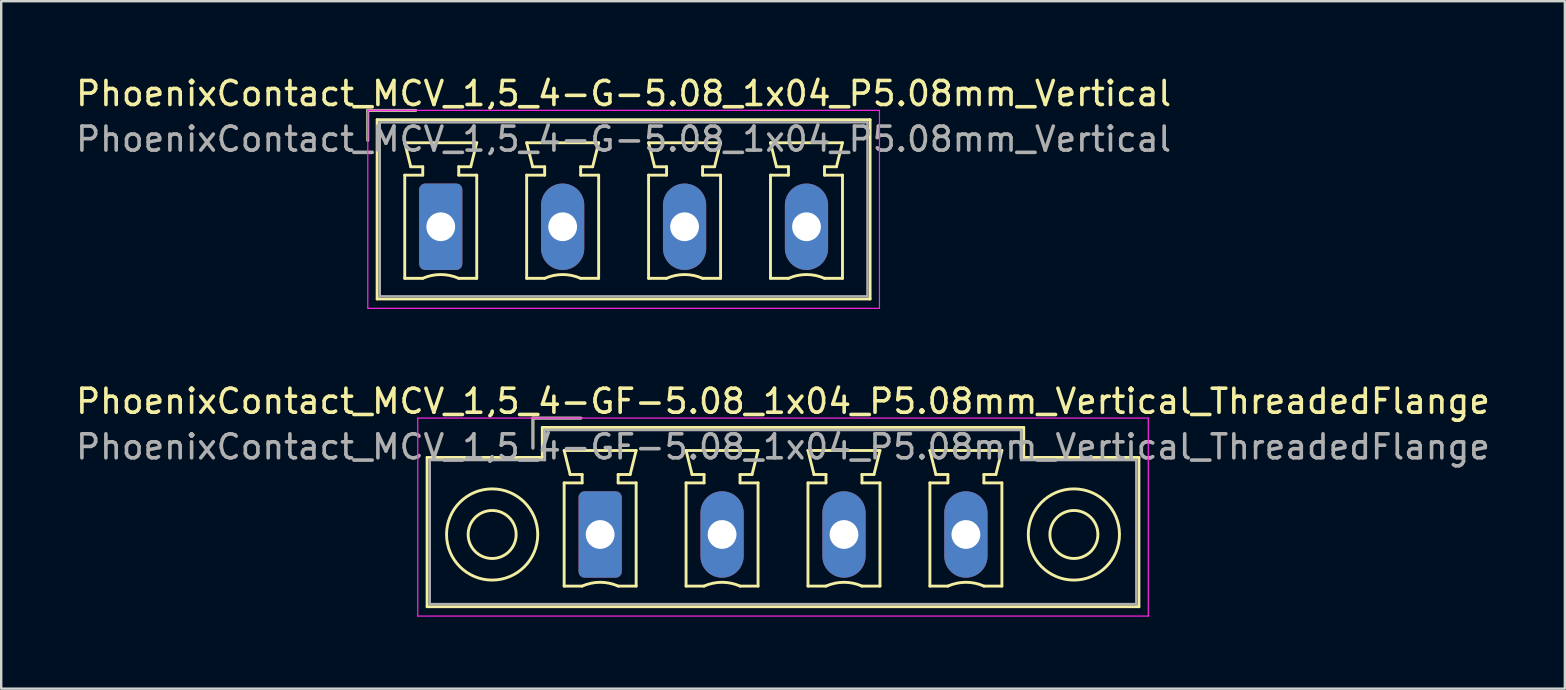
<source format=kicad_pcb>
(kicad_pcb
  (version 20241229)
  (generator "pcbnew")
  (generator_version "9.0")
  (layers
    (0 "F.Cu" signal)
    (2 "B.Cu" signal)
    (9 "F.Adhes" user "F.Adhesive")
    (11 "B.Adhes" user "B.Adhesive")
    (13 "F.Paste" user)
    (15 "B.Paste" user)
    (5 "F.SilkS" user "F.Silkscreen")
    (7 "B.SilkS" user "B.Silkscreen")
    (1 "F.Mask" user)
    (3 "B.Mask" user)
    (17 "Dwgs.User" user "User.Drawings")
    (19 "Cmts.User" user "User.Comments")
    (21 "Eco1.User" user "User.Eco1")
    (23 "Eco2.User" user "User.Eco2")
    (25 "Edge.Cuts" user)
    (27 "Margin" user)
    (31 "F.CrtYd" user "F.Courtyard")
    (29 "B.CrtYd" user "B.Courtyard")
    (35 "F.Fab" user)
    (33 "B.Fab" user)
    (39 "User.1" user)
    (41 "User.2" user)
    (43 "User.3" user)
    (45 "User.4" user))
  (footprint "PhoenixContact_MCV_1,5_4-G-5.08_1x04_P5.08mm_Vertical"
    (layer "F.Cu")
    (at 15.315 6.398)
    (property "Reference" "PhoenixContact_MCV_1,5_4-G-5.08_1x04_P5.08mm_Vertical" (at 7.62 -5.55 0) (layer "F.SilkS") (effects (font (size 1 1) (thickness 0.15))))
    (attr through_hole)
    (fp_line (start -3.04 -4.85) (end -1.04 -4.85) (stroke (width 0.12) (type solid)) (layer "F.SilkS"))
    (fp_line (start -3.04 -3.6) (end -3.04 -4.85) (stroke (width 0.12) (type solid)) (layer "F.SilkS"))
    (fp_line (start -2.65 -4.46) (end -2.65 3.01) (stroke (width 0.12) (type solid)) (layer "F.SilkS"))
    (fp_line (start -2.65 3.01) (end 17.89 3.01) (stroke (width 0.12) (type solid)) (layer "F.SilkS"))
    (fp_line (start -1.5 -3.5) (end 1.5 -3.5) (stroke (width 0.12) (type solid)) (layer "F.SilkS"))
    (fp_line (start -1.5 -2.15) (end -0.75 -2.15) (stroke (width 0.12) (type solid)) (layer "F.SilkS"))
    (fp_line (start -1.5 2.15) (end -1.5 -2.15) (stroke (width 0.12) (type solid)) (layer "F.SilkS"))
    (fp_line (start -1.25 -2.5) (end -1.5 -3.5) (stroke (width 0.12) (type solid)) (layer "F.SilkS"))
    (fp_line (start -0.75 -2.5) (end -1.25 -2.5) (stroke (width 0.12) (type solid)) (layer "F.SilkS"))
    (fp_line (start -0.75 -2.15) (end -0.75 -2.5) (stroke (width 0.12) (type solid)) (layer "F.SilkS"))
    (fp_line (start -0.75 2.15) (end -1.5 2.15) (stroke (width 0.12) (type solid)) (layer "F.SilkS"))
    (fp_line (start 0.75 -2.5) (end 0.75 -2.15) (stroke (width 0.12) (type solid)) (layer "F.SilkS"))
    (fp_line (start 0.75 -2.15) (end 1.5 -2.15) (stroke (width 0.12) (type solid)) (layer "F.SilkS"))
    (fp_line (start 1.25 -2.5) (end 0.75 -2.5) (stroke (width 0.12) (type solid)) (layer "F.SilkS"))
    (fp_line (start 1.5 -3.5) (end 1.25 -2.5) (stroke (width 0.12) (type solid)) (layer "F.SilkS"))
    (fp_line (start 1.5 -2.15) (end 1.5 2.15) (stroke (width 0.12) (type solid)) (layer "F.SilkS"))
    (fp_line (start 1.5 2.15) (end 0.75 2.15) (stroke (width 0.12) (type solid)) (layer "F.SilkS"))
    (fp_line (start 3.58 -3.5) (end 6.58 -3.5) (stroke (width 0.12) (type solid)) (layer "F.SilkS"))
    (fp_line (start 3.58 -2.15) (end 4.33 -2.15) (stroke (width 0.12) (type solid)) (layer "F.SilkS"))
    (fp_line (start 3.58 2.15) (end 3.58 -2.15) (stroke (width 0.12) (type solid)) (layer "F.SilkS"))
    (fp_line (start 3.83 -2.5) (end 3.58 -3.5) (stroke (width 0.12) (type solid)) (layer "F.SilkS"))
    (fp_line (start 4.33 -2.5) (end 3.83 -2.5) (stroke (width 0.12) (type solid)) (layer "F.SilkS"))
    (fp_line (start 4.33 -2.15) (end 4.33 -2.5) (stroke (width 0.12) (type solid)) (layer "F.SilkS"))
    (fp_line (start 4.33 2.15) (end 3.58 2.15) (stroke (width 0.12) (type solid)) (layer "F.SilkS"))
    (fp_line (start 5.83 -2.5) (end 5.83 -2.15) (stroke (width 0.12) (type solid)) (layer "F.SilkS"))
    (fp_line (start 5.83 -2.15) (end 6.58 -2.15) (stroke (width 0.12) (type solid)) (layer "F.SilkS"))
    (fp_line (start 6.33 -2.5) (end 5.83 -2.5) (stroke (width 0.12) (type solid)) (layer "F.SilkS"))
    (fp_line (start 6.58 -3.5) (end 6.33 -2.5) (stroke (width 0.12) (type solid)) (layer "F.SilkS"))
    (fp_line (start 6.58 -2.15) (end 6.58 2.15) (stroke (width 0.12) (type solid)) (layer "F.SilkS"))
    (fp_line (start 6.58 2.15) (end 5.83 2.15) (stroke (width 0.12) (type solid)) (layer "F.SilkS"))
    (fp_line (start 8.66 -3.5) (end 11.66 -3.5) (stroke (width 0.12) (type solid)) (layer "F.SilkS"))
    (fp_line (start 8.66 -2.15) (end 9.41 -2.15) (stroke (width 0.12) (type solid)) (layer "F.SilkS"))
    (fp_line (start 8.66 2.15) (end 8.66 -2.15) (stroke (width 0.12) (type solid)) (layer "F.SilkS"))
    (fp_line (start 8.91 -2.5) (end 8.66 -3.5) (stroke (width 0.12) (type solid)) (layer "F.SilkS"))
    (fp_line (start 9.41 -2.5) (end 8.91 -2.5) (stroke (width 0.12) (type solid)) (layer "F.SilkS"))
    (fp_line (start 9.41 -2.15) (end 9.41 -2.5) (stroke (width 0.12) (type solid)) (layer "F.SilkS"))
    (fp_line (start 9.41 2.15) (end 8.66 2.15) (stroke (width 0.12) (type solid)) (layer "F.SilkS"))
    (fp_line (start 10.91 -2.5) (end 10.91 -2.15) (stroke (width 0.12) (type solid)) (layer "F.SilkS"))
    (fp_line (start 10.91 -2.15) (end 11.66 -2.15) (stroke (width 0.12) (type solid)) (layer "F.SilkS"))
    (fp_line (start 11.41 -2.5) (end 10.91 -2.5) (stroke (width 0.12) (type solid)) (layer "F.SilkS"))
    (fp_line (start 11.66 -3.5) (end 11.41 -2.5) (stroke (width 0.12) (type solid)) (layer "F.SilkS"))
    (fp_line (start 11.66 -2.15) (end 11.66 2.15) (stroke (width 0.12) (type solid)) (layer "F.SilkS"))
    (fp_line (start 11.66 2.15) (end 10.91 2.15) (stroke (width 0.12) (type solid)) (layer "F.SilkS"))
    (fp_line (start 13.74 -3.5) (end 16.74 -3.5) (stroke (width 0.12) (type solid)) (layer "F.SilkS"))
    (fp_line (start 13.74 -2.15) (end 14.49 -2.15) (stroke (width 0.12) (type solid)) (layer "F.SilkS"))
    (fp_line (start 13.74 2.15) (end 13.74 -2.15) (stroke (width 0.12) (type solid)) (layer "F.SilkS"))
    (fp_line (start 13.99 -2.5) (end 13.74 -3.5) (stroke (width 0.12) (type solid)) (layer "F.SilkS"))
    (fp_line (start 14.49 -2.5) (end 13.99 -2.5) (stroke (width 0.12) (type solid)) (layer "F.SilkS"))
    (fp_line (start 14.49 -2.15) (end 14.49 -2.5) (stroke (width 0.12) (type solid)) (layer "F.SilkS"))
    (fp_line (start 14.49 2.15) (end 13.74 2.15) (stroke (width 0.12) (type solid)) (layer "F.SilkS"))
    (fp_line (start 15.99 -2.5) (end 15.99 -2.15) (stroke (width 0.12) (type solid)) (layer "F.SilkS"))
    (fp_line (start 15.99 -2.15) (end 16.74 -2.15) (stroke (width 0.12) (type solid)) (layer "F.SilkS"))
    (fp_line (start 16.49 -2.5) (end 15.99 -2.5) (stroke (width 0.12) (type solid)) (layer "F.SilkS"))
    (fp_line (start 16.74 -3.5) (end 16.49 -2.5) (stroke (width 0.12) (type solid)) (layer "F.SilkS"))
    (fp_line (start 16.74 -2.15) (end 16.74 2.15) (stroke (width 0.12) (type solid)) (layer "F.SilkS"))
    (fp_line (start 16.74 2.15) (end 15.99 2.15) (stroke (width 0.12) (type solid)) (layer "F.SilkS"))
    (fp_line (start 17.89 -4.46) (end -2.65 -4.46) (stroke (width 0.12) (type solid)) (layer "F.SilkS"))
    (fp_line (start 17.89 3.01) (end 17.89 -4.46) (stroke (width 0.12) (type solid)) (layer "F.SilkS"))
    (fp_arc (start -0.75 2.15) (mid -0.000193 1.99191) (end 0.749647 2.149844) (stroke (width 0.12) (type solid)) (layer "F.SilkS"))
    (fp_arc (start 4.33 2.15) (mid 5.079807 1.99191) (end 5.829647 2.149844) (stroke (width 0.12) (type solid)) (layer "F.SilkS"))
    (fp_arc (start 9.41 2.15) (mid 10.159807 1.99191) (end 10.909647 2.149844) (stroke (width 0.12) (type solid)) (layer "F.SilkS"))
    (fp_arc (start 14.49 2.15) (mid 15.239807 1.99191) (end 15.989647 2.149844) (stroke (width 0.12) (type solid)) (layer "F.SilkS"))
    (fp_line (start -3.04 -4.85) (end -3.04 3.4) (stroke (width 0.05) (type solid)) (layer "F.CrtYd"))
    (fp_line (start -3.04 3.4) (end 18.28 3.4) (stroke (width 0.05) (type solid)) (layer "F.CrtYd"))
    (fp_line (start 18.28 -4.85) (end -3.04 -4.85) (stroke (width 0.05) (type solid)) (layer "F.CrtYd"))
    (fp_line (start 18.28 3.4) (end 18.28 -4.85) (stroke (width 0.05) (type solid)) (layer "F.CrtYd"))
    (fp_line (start -3.04 -4.85) (end -1.04 -4.85) (stroke (width 0.1) (type solid)) (layer "F.Fab"))
    (fp_line (start -3.04 -3.6) (end -3.04 -4.85) (stroke (width 0.1) (type solid)) (layer "F.Fab"))
    (fp_line (start -2.54 -4.35) (end -2.54 2.9) (stroke (width 0.1) (type solid)) (layer "F.Fab"))
    (fp_line (start -2.54 2.9) (end 17.78 2.9) (stroke (width 0.1) (type solid)) (layer "F.Fab"))
    (fp_line (start 17.78 -4.35) (end -2.54 -4.35) (stroke (width 0.1) (type solid)) (layer "F.Fab"))
    (fp_line (start 17.78 2.9) (end 17.78 -4.35) (stroke (width 0.1) (type solid)) (layer "F.Fab"))
    (fp_text user "${REFERENCE}" (at 7.62 -3.65 0) (layer "F.Fab") (effects (font (size 1 1) (thickness 0.15))))
    (pad "1" thru_hole roundrect (at 0 0) (size 1.8 3.6) (drill 1.2) (layers "*.Cu" "*.Mask") (roundrect_rratio 0.139))
    (pad "2" thru_hole oval (at 5.08 0) (size 1.8 3.6) (drill 1.2) (layers "*.Cu" "*.Mask"))
    (pad "3" thru_hole oval (at 10.16 0) (size 1.8 3.6) (drill 1.2) (layers "*.Cu" "*.Mask"))
    (pad "4" thru_hole oval (at 15.24 0) (size 1.8 3.6) (drill 1.2) (layers "*.Cu" "*.Mask")))
  (footprint "PhoenixContact_MCV_1,5_4-GF-5.08_1x04_P5.08mm_Vertical_ThreadedFlange"
    (layer "F.Cu")
    (at 21.957 19.221)
    (property "Reference" "PhoenixContact_MCV_1,5_4-GF-5.08_1x04_P5.08mm_Vertical_ThreadedFlange" (at 7.62 -5.55 0) (layer "F.SilkS") (effects (font (size 1 1) (thickness 0.15))))
    (attr through_hole)
    (fp_line (start -7.21 -3.21) (end -7.21 3.01) (stroke (width 0.12) (type solid)) (layer "F.SilkS"))
    (fp_line (start -7.21 3.01) (end 22.45 3.01) (stroke (width 0.12) (type solid)) (layer "F.SilkS"))
    (fp_line (start -2.8 -4.85) (end -0.8 -4.85) (stroke (width 0.12) (type solid)) (layer "F.SilkS"))
    (fp_line (start -2.8 -3.6) (end -2.8 -4.85) (stroke (width 0.12) (type solid)) (layer "F.SilkS"))
    (fp_line (start -2.41 -4.46) (end -2.41 -3.21) (stroke (width 0.12) (type solid)) (layer "F.SilkS"))
    (fp_line (start -2.41 -3.21) (end -7.21 -3.21) (stroke (width 0.12) (type solid)) (layer "F.SilkS"))
    (fp_line (start -1.5 -3.5) (end 1.5 -3.5) (stroke (width 0.12) (type solid)) (layer "F.SilkS"))
    (fp_line (start -1.5 -2.15) (end -0.75 -2.15) (stroke (width 0.12) (type solid)) (layer "F.SilkS"))
    (fp_line (start -1.5 2.15) (end -1.5 -2.15) (stroke (width 0.12) (type solid)) (layer "F.SilkS"))
    (fp_line (start -1.25 -2.5) (end -1.5 -3.5) (stroke (width 0.12) (type solid)) (layer "F.SilkS"))
    (fp_line (start -0.75 -2.5) (end -1.25 -2.5) (stroke (width 0.12) (type solid)) (layer "F.SilkS"))
    (fp_line (start -0.75 -2.15) (end -0.75 -2.5) (stroke (width 0.12) (type solid)) (layer "F.SilkS"))
    (fp_line (start -0.75 2.15) (end -1.5 2.15) (stroke (width 0.12) (type solid)) (layer "F.SilkS"))
    (fp_line (start 0.75 -2.5) (end 0.75 -2.15) (stroke (width 0.12) (type solid)) (layer "F.SilkS"))
    (fp_line (start 0.75 -2.15) (end 1.5 -2.15) (stroke (width 0.12) (type solid)) (layer "F.SilkS"))
    (fp_line (start 1.25 -2.5) (end 0.75 -2.5) (stroke (width 0.12) (type solid)) (layer "F.SilkS"))
    (fp_line (start 1.5 -3.5) (end 1.25 -2.5) (stroke (width 0.12) (type solid)) (layer "F.SilkS"))
    (fp_line (start 1.5 -2.15) (end 1.5 2.15) (stroke (width 0.12) (type solid)) (layer "F.SilkS"))
    (fp_line (start 1.5 2.15) (end 0.75 2.15) (stroke (width 0.12) (type solid)) (layer "F.SilkS"))
    (fp_line (start 3.58 -3.5) (end 6.58 -3.5) (stroke (width 0.12) (type solid)) (layer "F.SilkS"))
    (fp_line (start 3.58 -2.15) (end 4.33 -2.15) (stroke (width 0.12) (type solid)) (layer "F.SilkS"))
    (fp_line (start 3.58 2.15) (end 3.58 -2.15) (stroke (width 0.12) (type solid)) (layer "F.SilkS"))
    (fp_line (start 3.83 -2.5) (end 3.58 -3.5) (stroke (width 0.12) (type solid)) (layer "F.SilkS"))
    (fp_line (start 4.33 -2.5) (end 3.83 -2.5) (stroke (width 0.12) (type solid)) (layer "F.SilkS"))
    (fp_line (start 4.33 -2.15) (end 4.33 -2.5) (stroke (width 0.12) (type solid)) (layer "F.SilkS"))
    (fp_line (start 4.33 2.15) (end 3.58 2.15) (stroke (width 0.12) (type solid)) (layer "F.SilkS"))
    (fp_line (start 5.83 -2.5) (end 5.83 -2.15) (stroke (width 0.12) (type solid)) (layer "F.SilkS"))
    (fp_line (start 5.83 -2.15) (end 6.58 -2.15) (stroke (width 0.12) (type solid)) (layer "F.SilkS"))
    (fp_line (start 6.33 -2.5) (end 5.83 -2.5) (stroke (width 0.12) (type solid)) (layer "F.SilkS"))
    (fp_line (start 6.58 -3.5) (end 6.33 -2.5) (stroke (width 0.12) (type solid)) (layer "F.SilkS"))
    (fp_line (start 6.58 -2.15) (end 6.58 2.15) (stroke (width 0.12) (type solid)) (layer "F.SilkS"))
    (fp_line (start 6.58 2.15) (end 5.83 2.15) (stroke (width 0.12) (type solid)) (layer "F.SilkS"))
    (fp_line (start 8.66 -3.5) (end 11.66 -3.5) (stroke (width 0.12) (type solid)) (layer "F.SilkS"))
    (fp_line (start 8.66 -2.15) (end 9.41 -2.15) (stroke (width 0.12) (type solid)) (layer "F.SilkS"))
    (fp_line (start 8.66 2.15) (end 8.66 -2.15) (stroke (width 0.12) (type solid)) (layer "F.SilkS"))
    (fp_line (start 8.91 -2.5) (end 8.66 -3.5) (stroke (width 0.12) (type solid)) (layer "F.SilkS"))
    (fp_line (start 9.41 -2.5) (end 8.91 -2.5) (stroke (width 0.12) (type solid)) (layer "F.SilkS"))
    (fp_line (start 9.41 -2.15) (end 9.41 -2.5) (stroke (width 0.12) (type solid)) (layer "F.SilkS"))
    (fp_line (start 9.41 2.15) (end 8.66 2.15) (stroke (width 0.12) (type solid)) (layer "F.SilkS"))
    (fp_line (start 10.91 -2.5) (end 10.91 -2.15) (stroke (width 0.12) (type solid)) (layer "F.SilkS"))
    (fp_line (start 10.91 -2.15) (end 11.66 -2.15) (stroke (width 0.12) (type solid)) (layer "F.SilkS"))
    (fp_line (start 11.41 -2.5) (end 10.91 -2.5) (stroke (width 0.12) (type solid)) (layer "F.SilkS"))
    (fp_line (start 11.66 -3.5) (end 11.41 -2.5) (stroke (width 0.12) (type solid)) (layer "F.SilkS"))
    (fp_line (start 11.66 -2.15) (end 11.66 2.15) (stroke (width 0.12) (type solid)) (layer "F.SilkS"))
    (fp_line (start 11.66 2.15) (end 10.91 2.15) (stroke (width 0.12) (type solid)) (layer "F.SilkS"))
    (fp_line (start 13.74 -3.5) (end 16.74 -3.5) (stroke (width 0.12) (type solid)) (layer "F.SilkS"))
    (fp_line (start 13.74 -2.15) (end 14.49 -2.15) (stroke (width 0.12) (type solid)) (layer "F.SilkS"))
    (fp_line (start 13.74 2.15) (end 13.74 -2.15) (stroke (width 0.12) (type solid)) (layer "F.SilkS"))
    (fp_line (start 13.99 -2.5) (end 13.74 -3.5) (stroke (width 0.12) (type solid)) (layer "F.SilkS"))
    (fp_line (start 14.49 -2.5) (end 13.99 -2.5) (stroke (width 0.12) (type solid)) (layer "F.SilkS"))
    (fp_line (start 14.49 -2.15) (end 14.49 -2.5) (stroke (width 0.12) (type solid)) (layer "F.SilkS"))
    (fp_line (start 14.49 2.15) (end 13.74 2.15) (stroke (width 0.12) (type solid)) (layer "F.SilkS"))
    (fp_line (start 15.99 -2.5) (end 15.99 -2.15) (stroke (width 0.12) (type solid)) (layer "F.SilkS"))
    (fp_line (start 15.99 -2.15) (end 16.74 -2.15) (stroke (width 0.12) (type solid)) (layer "F.SilkS"))
    (fp_line (start 16.49 -2.5) (end 15.99 -2.5) (stroke (width 0.12) (type solid)) (layer "F.SilkS"))
    (fp_line (start 16.74 -3.5) (end 16.49 -2.5) (stroke (width 0.12) (type solid)) (layer "F.SilkS"))
    (fp_line (start 16.74 -2.15) (end 16.74 2.15) (stroke (width 0.12) (type solid)) (layer "F.SilkS"))
    (fp_line (start 16.74 2.15) (end 15.99 2.15) (stroke (width 0.12) (type solid)) (layer "F.SilkS"))
    (fp_line (start 17.65 -4.46) (end -2.41 -4.46) (stroke (width 0.12) (type solid)) (layer "F.SilkS"))
    (fp_line (start 17.65 -3.21) (end 17.65 -4.46) (stroke (width 0.12) (type solid)) (layer "F.SilkS"))
    (fp_line (start 22.45 -3.21) (end 17.65 -3.21) (stroke (width 0.12) (type solid)) (layer "F.SilkS"))
    (fp_line (start 22.45 3.01) (end 22.45 -3.21) (stroke (width 0.12) (type solid)) (layer "F.SilkS"))
    (fp_arc (start -0.75 2.15) (mid -0.000193 1.99191) (end 0.749647 2.149844) (stroke (width 0.12) (type solid)) (layer "F.SilkS"))
    (fp_arc (start 4.33 2.15) (mid 5.079807 1.99191) (end 5.829647 2.149844) (stroke (width 0.12) (type solid)) (layer "F.SilkS"))
    (fp_arc (start 9.41 2.15) (mid 10.159807 1.99191) (end 10.909647 2.149844) (stroke (width 0.12) (type solid)) (layer "F.SilkS"))
    (fp_arc (start 14.49 2.15) (mid 15.239807 1.99191) (end 15.989647 2.149844) (stroke (width 0.12) (type solid)) (layer "F.SilkS"))
    (fp_circle (center -4.5 0) (end -3.5 0) (stroke (width 0.12) (type solid)) (fill no) (layer "F.SilkS"))
    (fp_circle (center -4.5 0) (end -2.6 0) (stroke (width 0.12) (type solid)) (fill no) (layer "F.SilkS"))
    (fp_circle (center 19.74 0) (end 20.74 0) (stroke (width 0.12) (type solid)) (fill no) (layer "F.SilkS"))
    (fp_circle (center 19.74 0) (end 21.64 0) (stroke (width 0.12) (type solid)) (fill no) (layer "F.SilkS"))
    (fp_line (start -7.6 -4.85) (end -7.6 3.4) (stroke (width 0.05) (type solid)) (layer "F.CrtYd"))
    (fp_line (start -7.6 3.4) (end 22.84 3.4) (stroke (width 0.05) (type solid)) (layer "F.CrtYd"))
    (fp_line (start 22.84 -4.85) (end -7.6 -4.85) (stroke (width 0.05) (type solid)) (layer "F.CrtYd"))
    (fp_line (start 22.84 3.4) (end 22.84 -4.85) (stroke (width 0.05) (type solid)) (layer "F.CrtYd"))
    (fp_line (start -7.1 -3.1) (end -7.1 2.9) (stroke (width 0.1) (type solid)) (layer "F.Fab"))
    (fp_line (start -7.1 2.9) (end 22.34 2.9) (stroke (width 0.1) (type solid)) (layer "F.Fab"))
    (fp_line (start -2.8 -4.85) (end -0.8 -4.85) (stroke (width 0.1) (type solid)) (layer "F.Fab"))
    (fp_line (start -2.8 -3.6) (end -2.8 -4.85) (stroke (width 0.1) (type solid)) (layer "F.Fab"))
    (fp_line (start -2.3 -4.35) (end -2.3 -3.1) (stroke (width 0.1) (type solid)) (layer "F.Fab"))
    (fp_line (start -2.3 -3.1) (end -7.1 -3.1) (stroke (width 0.1) (type solid)) (layer "F.Fab"))
    (fp_line (start 17.54 -4.35) (end -2.3 -4.35) (stroke (width 0.1) (type solid)) (layer "F.Fab"))
    (fp_line (start 17.54 -3.1) (end 17.54 -4.35) (stroke (width 0.1) (type solid)) (layer "F.Fab"))
    (fp_line (start 22.34 -3.1) (end 17.54 -3.1) (stroke (width 0.1) (type solid)) (layer "F.Fab"))
    (fp_line (start 22.34 2.9) (end 22.34 -3.1) (stroke (width 0.1) (type solid)) (layer "F.Fab"))
    (fp_text user "${REFERENCE}" (at 7.62 -3.65 0) (layer "F.Fab") (effects (font (size 1 1) (thickness 0.15))))
    (pad "1" thru_hole roundrect (at 0 0) (size 1.8 3.6) (drill 1.2) (layers "*.Cu" "*.Mask") (roundrect_rratio 0.139))
    (pad "2" thru_hole oval (at 5.08 0) (size 1.8 3.6) (drill 1.2) (layers "*.Cu" "*.Mask"))
    (pad "3" thru_hole oval (at 10.16 0) (size 1.8 3.6) (drill 1.2) (layers "*.Cu" "*.Mask"))
    (pad "4" thru_hole oval (at 15.24 0) (size 1.8 3.6) (drill 1.2) (layers "*.Cu" "*.Mask")))
  (gr_rect
    (start -3 -3)
    (end 62.155 25.646)
    (stroke (width 0.1) (type default))
    (fill no)
    (layer "Edge.Cuts")))
</source>
